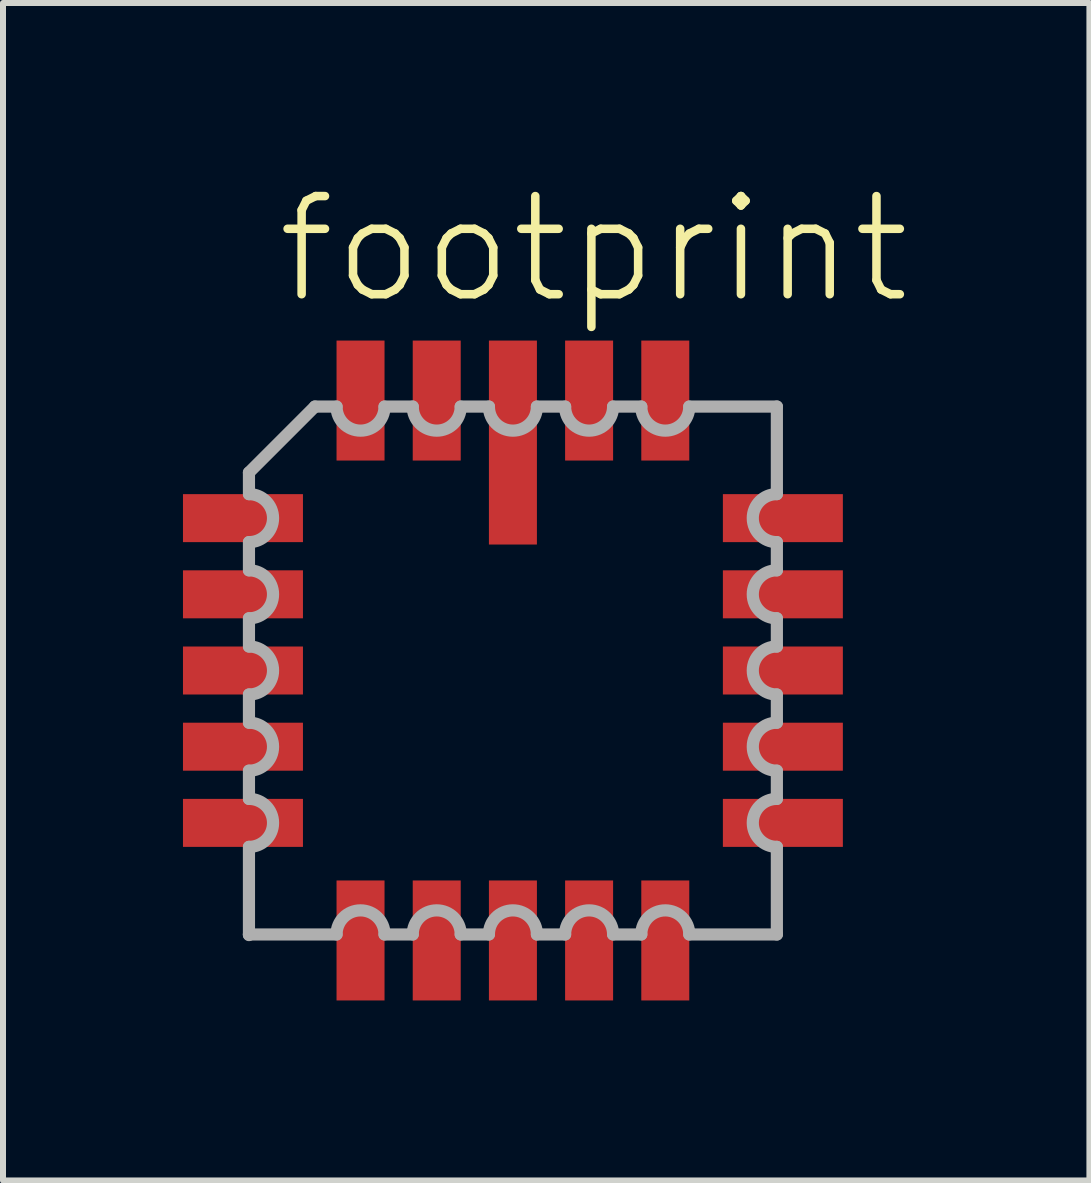
<source format=kicad_pcb>
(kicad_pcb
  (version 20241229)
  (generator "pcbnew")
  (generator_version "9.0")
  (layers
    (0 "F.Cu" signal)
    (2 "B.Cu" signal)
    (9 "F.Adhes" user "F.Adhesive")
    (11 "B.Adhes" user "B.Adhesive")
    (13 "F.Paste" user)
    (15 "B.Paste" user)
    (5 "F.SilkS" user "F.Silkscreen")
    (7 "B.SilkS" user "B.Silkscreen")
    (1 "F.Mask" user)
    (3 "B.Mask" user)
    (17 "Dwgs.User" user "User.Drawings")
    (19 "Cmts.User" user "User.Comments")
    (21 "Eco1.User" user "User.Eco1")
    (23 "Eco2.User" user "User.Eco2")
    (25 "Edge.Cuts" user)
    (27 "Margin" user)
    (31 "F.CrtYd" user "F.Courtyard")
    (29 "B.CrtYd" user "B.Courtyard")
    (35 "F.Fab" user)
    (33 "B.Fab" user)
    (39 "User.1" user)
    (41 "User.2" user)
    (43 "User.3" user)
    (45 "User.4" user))
  (footprint "footprint"
    (layer "F.Cu")
    (at 5.5 8.127)
    (property "Reference" "footprint" (at -4.005 -6.065 0) (layer "F.SilkS") (effects (font (size 1.636 1.636) (thickness 0.142)) (justify left bottom)))
    (fp_line (start -4.4 -3.3) (end -4.4 -2.94) (stroke (width 0.203) (type solid)) (layer "F.Fab"))
    (fp_line (start -4.4 -2.14) (end -4.4 -1.67) (stroke (width 0.203) (type solid)) (layer "F.Fab"))
    (fp_line (start -4.4 -0.87) (end -4.4 -0.4) (stroke (width 0.203) (type solid)) (layer "F.Fab"))
    (fp_line (start -4.4 0.4) (end -4.4 0.87) (stroke (width 0.203) (type solid)) (layer "F.Fab"))
    (fp_line (start -4.4 1.67) (end -4.4 2.14) (stroke (width 0.203) (type solid)) (layer "F.Fab"))
    (fp_line (start -4.4 2.94) (end -4.4 4.4) (stroke (width 0.203) (type solid)) (layer "F.Fab"))
    (fp_line (start -4.4 4.4) (end -4.4 4.41) (stroke (width 0.203) (type solid)) (layer "F.Fab"))
    (fp_line (start -4.4 4.4) (end -2.94 4.4) (stroke (width 0.203) (type solid)) (layer "F.Fab"))
    (fp_line (start -3.3 -4.4) (end -4.4 -3.3) (stroke (width 0.203) (type solid)) (layer "F.Fab"))
    (fp_line (start -2.94 -4.4) (end -3.3 -4.4) (stroke (width 0.203) (type solid)) (layer "F.Fab"))
    (fp_line (start -2.14 4.4) (end -1.67 4.4) (stroke (width 0.203) (type solid)) (layer "F.Fab"))
    (fp_line (start -1.67 -4.4) (end -2.14 -4.4) (stroke (width 0.203) (type solid)) (layer "F.Fab"))
    (fp_line (start -0.87 4.4) (end -0.4 4.4) (stroke (width 0.203) (type solid)) (layer "F.Fab"))
    (fp_line (start -0.4 -4.4) (end -0.87 -4.4) (stroke (width 0.203) (type solid)) (layer "F.Fab"))
    (fp_line (start 0.4 4.4) (end 0.87 4.4) (stroke (width 0.203) (type solid)) (layer "F.Fab"))
    (fp_line (start 0.87 -4.4) (end 0.4 -4.4) (stroke (width 0.203) (type solid)) (layer "F.Fab"))
    (fp_line (start 1.67 4.4) (end 2.14 4.4) (stroke (width 0.203) (type solid)) (layer "F.Fab"))
    (fp_line (start 2.14 -4.4) (end 1.67 -4.4) (stroke (width 0.203) (type solid)) (layer "F.Fab"))
    (fp_line (start 2.94 4.4) (end 4.4 4.4) (stroke (width 0.203) (type solid)) (layer "F.Fab"))
    (fp_line (start 4.4 -4.4) (end 2.94 -4.4) (stroke (width 0.203) (type solid)) (layer "F.Fab"))
    (fp_line (start 4.4 -2.94) (end 4.4 -4.4) (stroke (width 0.203) (type solid)) (layer "F.Fab"))
    (fp_line (start 4.4 -1.67) (end 4.4 -2.14) (stroke (width 0.203) (type solid)) (layer "F.Fab"))
    (fp_line (start 4.4 -0.4) (end 4.4 -0.87) (stroke (width 0.203) (type solid)) (layer "F.Fab"))
    (fp_line (start 4.4 0.87) (end 4.4 0.4) (stroke (width 0.203) (type solid)) (layer "F.Fab"))
    (fp_line (start 4.4 2.14) (end 4.4 1.67) (stroke (width 0.203) (type solid)) (layer "F.Fab"))
    (fp_line (start 4.4 4.4) (end 4.4 2.94) (stroke (width 0.203) (type solid)) (layer "F.Fab"))
    (fp_arc (start -4.3985 -2.94) (mid -3.9985 -2.54) (end -4.3985 -2.14) (stroke (width 0.2032) (type solid)) (layer "F.Fab"))
    (fp_arc (start -4.3985 -1.67) (mid -3.9985 -1.27) (end -4.3985 -0.87) (stroke (width 0.2032) (type solid)) (layer "F.Fab"))
    (fp_arc (start -4.3985 -0.4001) (mid -3.9984 0) (end -4.3985 0.4001) (stroke (width 0.2032) (type solid)) (layer "F.Fab"))
    (fp_arc (start -4.3985 0.8699) (mid -3.9984 1.27) (end -4.3985 1.6701) (stroke (width 0.2032) (type solid)) (layer "F.Fab"))
    (fp_arc (start -4.3985 2.1399) (mid -3.9984 2.54) (end -4.3985 2.9401) (stroke (width 0.2032) (type solid)) (layer "F.Fab"))
    (fp_arc (start -2.9401 4.3985) (mid -2.54 3.9984) (end -2.1399 4.3985) (stroke (width 0.2032) (type solid)) (layer "F.Fab"))
    (fp_arc (start -2.1399 -4.3985) (mid -2.54 -3.9984) (end -2.9401 -4.3985) (stroke (width 0.2032) (type solid)) (layer "F.Fab"))
    (fp_arc (start -1.6701 4.3985) (mid -1.27 3.9984) (end -0.8699 4.3985) (stroke (width 0.2032) (type solid)) (layer "F.Fab"))
    (fp_arc (start -0.8699 -4.3985) (mid -1.27 -3.9984) (end -1.6701 -4.3985) (stroke (width 0.2032) (type solid)) (layer "F.Fab"))
    (fp_arc (start -0.4001 4.3985) (mid 0 3.9984) (end 0.4001 4.3985) (stroke (width 0.2032) (type solid)) (layer "F.Fab"))
    (fp_arc (start 0.4001 -4.3985) (mid 0 -3.9984) (end -0.4001 -4.3985) (stroke (width 0.2032) (type solid)) (layer "F.Fab"))
    (fp_arc (start 0.87 4.3985) (mid 1.27 3.9985) (end 1.67 4.3985) (stroke (width 0.2032) (type solid)) (layer "F.Fab"))
    (fp_arc (start 1.67 -4.3985) (mid 1.27 -3.9985) (end 0.87 -4.3985) (stroke (width 0.2032) (type solid)) (layer "F.Fab"))
    (fp_arc (start 2.14 4.3985) (mid 2.54 3.9985) (end 2.94 4.3985) (stroke (width 0.2032) (type solid)) (layer "F.Fab"))
    (fp_arc (start 2.94 -4.3985) (mid 2.54 -3.9985) (end 2.14 -4.3985) (stroke (width 0.2032) (type solid)) (layer "F.Fab"))
    (fp_arc (start 4.3985 -2.1399) (mid 3.9984 -2.54) (end 4.3985 -2.9401) (stroke (width 0.2032) (type solid)) (layer "F.Fab"))
    (fp_arc (start 4.3985 -0.8699) (mid 3.9984 -1.27) (end 4.3985 -1.6701) (stroke (width 0.2032) (type solid)) (layer "F.Fab"))
    (fp_arc (start 4.3985 0.4001) (mid 3.9984 0) (end 4.3985 -0.4001) (stroke (width 0.2032) (type solid)) (layer "F.Fab"))
    (fp_arc (start 4.3985 1.67) (mid 3.9985 1.27) (end 4.3985 0.87) (stroke (width 0.2032) (type solid)) (layer "F.Fab"))
    (fp_arc (start 4.3985 2.94) (mid 3.9985 2.54) (end 4.3985 2.14) (stroke (width 0.2032) (type solid)) (layer "F.Fab"))
    (pad "1" smd rect (at 0 -3.8) (size 0.8 3.4) (layers "F.Cu" "F.Mask" "F.Paste"))
    (pad "2" smd rect (at -1.27 -4.5) (size 0.8 2) (layers "F.Cu" "F.Mask" "F.Paste"))
    (pad "3" smd rect (at -2.54 -4.5) (size 0.8 2) (layers "F.Cu" "F.Mask" "F.Paste"))
    (pad "4" smd rect (at -4.5 -2.54) (size 2 0.8) (layers "F.Cu" "F.Mask" "F.Paste"))
    (pad "5" smd rect (at -4.5 -1.27) (size 2 0.8) (layers "F.Cu" "F.Mask" "F.Paste"))
    (pad "6" smd rect (at -4.5 0) (size 2 0.8) (layers "F.Cu" "F.Mask" "F.Paste"))
    (pad "7" smd rect (at -4.5 1.27) (size 2 0.8) (layers "F.Cu" "F.Mask" "F.Paste"))
    (pad "8" smd rect (at -4.5 2.54) (size 2 0.8) (layers "F.Cu" "F.Mask" "F.Paste"))
    (pad "9" smd rect (at -2.54 4.5) (size 0.8 2) (layers "F.Cu" "F.Mask" "F.Paste"))
    (pad "10" smd rect (at -1.27 4.5) (size 0.8 2) (layers "F.Cu" "F.Mask" "F.Paste"))
    (pad "11" smd rect (at 0 4.5) (size 0.8 2) (layers "F.Cu" "F.Mask" "F.Paste"))
    (pad "12" smd rect (at 1.27 4.5) (size 0.8 2) (layers "F.Cu" "F.Mask" "F.Paste"))
    (pad "13" smd rect (at 2.54 4.5) (size 0.8 2) (layers "F.Cu" "F.Mask" "F.Paste"))
    (pad "14" smd rect (at 4.5 2.54) (size 2 0.8) (layers "F.Cu" "F.Mask" "F.Paste"))
    (pad "15" smd rect (at 4.5 1.27) (size 2 0.8) (layers "F.Cu" "F.Mask" "F.Paste"))
    (pad "16" smd rect (at 4.5 0) (size 2 0.8) (layers "F.Cu" "F.Mask" "F.Paste"))
    (pad "17" smd rect (at 4.5 -1.27) (size 2 0.8) (layers "F.Cu" "F.Mask" "F.Paste"))
    (pad "18" smd rect (at 4.5 -2.54) (size 2 0.8) (layers "F.Cu" "F.Mask" "F.Paste"))
    (pad "19" smd rect (at 2.54 -4.5) (size 0.8 2) (layers "F.Cu" "F.Mask" "F.Paste"))
    (pad "20" smd rect (at 1.27 -4.5) (size 0.8 2) (layers "F.Cu" "F.Mask" "F.Paste")))
  (gr_rect
    (start -3 -3)
    (end 15.11 16.628)
    (stroke (width 0.1) (type default))
    (fill no)
    (layer "Edge.Cuts")))
</source>
